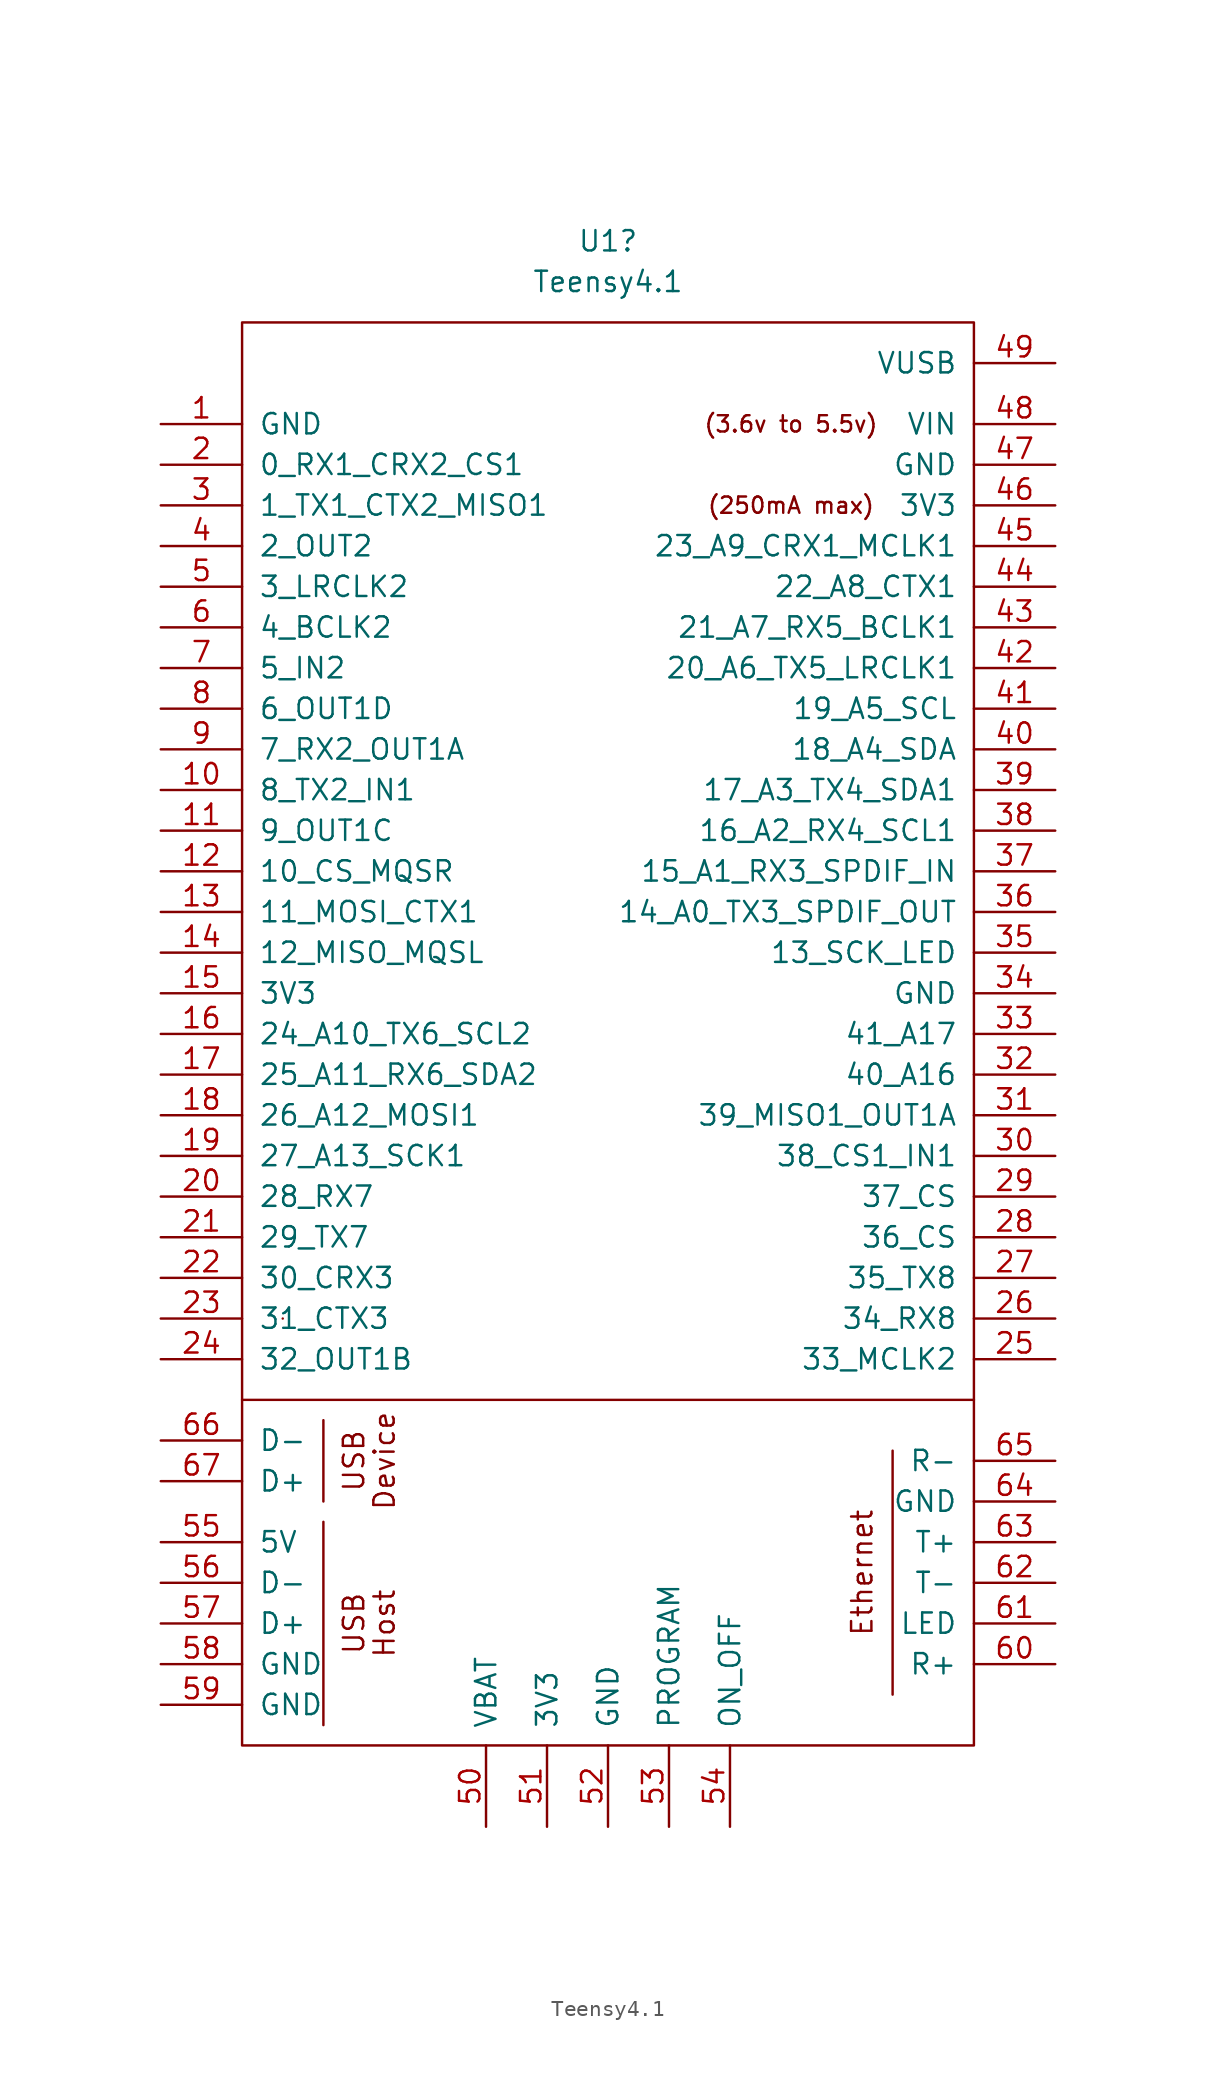
<source format=kicad_sym>
(kicad_symbol_lib
  (version 20241209)
  (generator "kicad_symbol_editor")
  (generator_version "9.0")
  (symbol "Teensy4.1"
    (pin_names
      (offset 1.016))
    (property "Reference" "U1"
      (at 0 66.04 0)
      (effects (font (size 1.27 1.27))))
    (property "Value" "Teensy4.1"
      (at 0 63.5 0)
      (effects (font (size 1.27 1.27))))
    (symbol "Teensy4.1_0_0"
      (polyline (pts (xy -22.86 -6.35) (xy 22.86 -6.35)) (stroke (width 0) (type solid)) (fill (type none)))
      (polyline (pts (xy -17.78 -7.62) (xy -17.78 -12.7)) (stroke (width 0) (type solid)) (fill (type none)))
      (polyline (pts (xy -17.78 -26.67) (xy -17.78 -13.97)) (stroke (width 0) (type solid)) (fill (type none)))
      (polyline (pts (xy 17.78 -9.525) (xy 17.78 -24.765)) (stroke (width 0) (type solid)) (fill (type none)))
      (text "USB" (at -15.875 -10.16 900) (effects (font (size 1.27 1.27))))
      (text "USB" (at -15.875 -20.32 900) (effects (font (size 1.27 1.27))))
      (text "Device" (at -13.97 -10.16 900) (effects (font (size 1.27 1.27))))
      (text "Host" (at -13.97 -20.32 900) (effects (font (size 1.27 1.27))))
      (text "(3.6v to 5.5v)" (at 11.43 54.61 0) (effects (font (size 1.016 1.016))))
      (text "(250mA max)" (at 11.43 49.53 0) (effects (font (size 1.016 1.016))))
      (text "Ethernet" (at 15.875 -17.145 900) (effects (font (size 1.27 1.27))))
      (pin bidirectional line (at -27.94 44.45 0) (length 5.08) (name "3_LRCLK2" (effects (font (size 1.27 1.27)))) (number "5" (effects (font (size 1.27 1.27)))))
      (pin bidirectional line (at -27.94 41.91 0) (length 5.08) (name "4_BCLK2" (effects (font (size 1.27 1.27)))) (number "6" (effects (font (size 1.27 1.27)))))
      (pin bidirectional line (at -27.94 39.37 0) (length 5.08) (name "5_IN2" (effects (font (size 1.27 1.27)))) (number "7" (effects (font (size 1.27 1.27)))))
      (pin bidirectional line (at -27.94 36.83 0) (length 5.08) (name "6_OUT1D" (effects (font (size 1.27 1.27)))) (number "8" (effects (font (size 1.27 1.27)))))
      (pin bidirectional line (at -27.94 34.29 0) (length 5.08) (name "7_RX2_OUT1A" (effects (font (size 1.27 1.27)))) (number "9" (effects (font (size 1.27 1.27)))))
      (pin bidirectional line (at -27.94 31.75 0) (length 5.08) (name "8_TX2_IN1" (effects (font (size 1.27 1.27)))) (number "10" (effects (font (size 1.27 1.27)))))
      (pin bidirectional line (at -27.94 29.21 0) (length 5.08) (name "9_OUT1C" (effects (font (size 1.27 1.27)))) (number "11" (effects (font (size 1.27 1.27)))))
      (pin bidirectional line (at -27.94 26.67 0) (length 5.08) (name "10_CS_MQSR" (effects (font (size 1.27 1.27)))) (number "12" (effects (font (size 1.27 1.27)))))
      (pin bidirectional line (at -27.94 24.13 0) (length 5.08) (name "11_MOSI_CTX1" (effects (font (size 1.27 1.27)))) (number "13" (effects (font (size 1.27 1.27)))))
      (pin bidirectional line (at -27.94 21.59 0) (length 5.08) (name "12_MISO_MQSL" (effects (font (size 1.27 1.27)))) (number "14" (effects (font (size 1.27 1.27)))))
      (pin bidirectional line (at -27.94 16.51 0) (length 5.08) (name "24_A10_TX6_SCL2" (effects (font (size 1.27 1.27)))) (number "16" (effects (font (size 1.27 1.27)))))
      (pin bidirectional line (at -27.94 13.97 0) (length 5.08) (name "25_A11_RX6_SDA2" (effects (font (size 1.27 1.27)))) (number "17" (effects (font (size 1.27 1.27)))))
      (pin bidirectional line (at -27.94 11.43 0) (length 5.08) (name "26_A12_MOSI1" (effects (font (size 1.27 1.27)))) (number "18" (effects (font (size 1.27 1.27)))))
      (pin bidirectional line (at -27.94 8.89 0) (length 5.08) (name "27_A13_SCK1" (effects (font (size 1.27 1.27)))) (number "19" (effects (font (size 1.27 1.27)))))
      (pin bidirectional line (at -27.94 6.35 0) (length 5.08) (name "28_RX7" (effects (font (size 1.27 1.27)))) (number "20" (effects (font (size 1.27 1.27)))))
      (pin bidirectional line (at -27.94 3.81 0) (length 5.08) (name "29_TX7" (effects (font (size 1.27 1.27)))) (number "21" (effects (font (size 1.27 1.27)))))
      (pin bidirectional line (at -27.94 1.27 0) (length 5.08) (name "30_CRX3" (effects (font (size 1.27 1.27)))) (number "22" (effects (font (size 1.27 1.27)))))
      (pin bidirectional line (at -27.94 -1.27 0) (length 5.08) (name "31_CTX3" (effects (font (size 1.27 1.27)))) (number "23" (effects (font (size 1.27 1.27)))))
      (pin bidirectional line (at -27.94 -3.81 0) (length 5.08) (name "32_OUT1B" (effects (font (size 1.27 1.27)))) (number "24" (effects (font (size 1.27 1.27)))))
      (pin bidirectional line (at -27.94 -8.89 0) (length 5.08) (name "D-" (effects (font (size 1.27 1.27)))) (number "66" (effects (font (size 1.27 1.27)))))
      (pin bidirectional line (at -27.94 -11.43 0) (length 5.08) (name "D+" (effects (font (size 1.27 1.27)))) (number "67" (effects (font (size 1.27 1.27)))))
      (pin power_in line (at -27.94 -15.24 0) (length 5.08) (name "5V" (effects (font (size 1.27 1.27)))) (number "55" (effects (font (size 1.27 1.27)))))
      (pin bidirectional line (at -27.94 -17.78 0) (length 5.08) (name "D-" (effects (font (size 1.27 1.27)))) (number "56" (effects (font (size 1.27 1.27)))))
      (pin bidirectional line (at -27.94 -20.32 0) (length 5.08) (name "D+" (effects (font (size 1.27 1.27)))) (number "57" (effects (font (size 1.27 1.27)))))
      (pin input line (at 3.81 -33.02 90) (length 5.08) (name "PROGRAM" (effects (font (size 1.27 1.27)))) (number "53" (effects (font (size 1.27 1.27)))))
      (pin input line (at 7.62 -33.02 90) (length 5.08) (name "ON_OFF" (effects (font (size 1.27 1.27)))) (number "54" (effects (font (size 1.27 1.27)))))
      (pin power_in line (at 27.94 52.07 180) (length 5.08) (name "GND" (effects (font (size 1.27 1.27)))) (number "47" (effects (font (size 1.27 1.27)))))
      (pin bidirectional line (at 27.94 46.99 180) (length 5.08) (name "23_A9_CRX1_MCLK1" (effects (font (size 1.27 1.27)))) (number "45" (effects (font (size 1.27 1.27)))))
      (pin bidirectional line (at 27.94 44.45 180) (length 5.08) (name "22_A8_CTX1" (effects (font (size 1.27 1.27)))) (number "44" (effects (font (size 1.27 1.27)))))
      (pin bidirectional line (at 27.94 41.91 180) (length 5.08) (name "21_A7_RX5_BCLK1" (effects (font (size 1.27 1.27)))) (number "43" (effects (font (size 1.27 1.27)))))
      (pin bidirectional line (at 27.94 39.37 180) (length 5.08) (name "20_A6_TX5_LRCLK1" (effects (font (size 1.27 1.27)))) (number "42" (effects (font (size 1.27 1.27)))))
      (pin bidirectional line (at 27.94 36.83 180) (length 5.08) (name "19_A5_SCL" (effects (font (size 1.27 1.27)))) (number "41" (effects (font (size 1.27 1.27)))))
      (pin bidirectional line (at 27.94 34.29 180) (length 5.08) (name "18_A4_SDA" (effects (font (size 1.27 1.27)))) (number "40" (effects (font (size 1.27 1.27)))))
      (pin bidirectional line (at 27.94 31.75 180) (length 5.08) (name "17_A3_TX4_SDA1" (effects (font (size 1.27 1.27)))) (number "39" (effects (font (size 1.27 1.27)))))
      (pin bidirectional line (at 27.94 29.21 180) (length 5.08) (name "16_A2_RX4_SCL1" (effects (font (size 1.27 1.27)))) (number "38" (effects (font (size 1.27 1.27)))))
      (pin bidirectional line (at 27.94 26.67 180) (length 5.08) (name "15_A1_RX3_SPDIF_IN" (effects (font (size 1.27 1.27)))) (number "37" (effects (font (size 1.27 1.27)))))
      (pin bidirectional line (at 27.94 24.13 180) (length 5.08) (name "14_A0_TX3_SPDIF_OUT" (effects (font (size 1.27 1.27)))) (number "36" (effects (font (size 1.27 1.27)))))
      (pin bidirectional line (at 27.94 21.59 180) (length 5.08) (name "13_SCK_LED" (effects (font (size 1.27 1.27)))) (number "35" (effects (font (size 1.27 1.27)))))
      (pin bidirectional line (at 27.94 16.51 180) (length 5.08) (name "41_A17" (effects (font (size 1.27 1.27)))) (number "33" (effects (font (size 1.27 1.27)))))
      (pin bidirectional line (at 27.94 13.97 180) (length 5.08) (name "40_A16" (effects (font (size 1.27 1.27)))) (number "32" (effects (font (size 1.27 1.27)))))
      (pin bidirectional line (at 27.94 11.43 180) (length 5.08) (name "39_MISO1_OUT1A" (effects (font (size 1.27 1.27)))) (number "31" (effects (font (size 1.27 1.27)))))
      (pin bidirectional line (at 27.94 8.89 180) (length 5.08) (name "38_CS1_IN1" (effects (font (size 1.27 1.27)))) (number "30" (effects (font (size 1.27 1.27)))))
      (pin bidirectional line (at 27.94 6.35 180) (length 5.08) (name "37_CS" (effects (font (size 1.27 1.27)))) (number "29" (effects (font (size 1.27 1.27)))))
      (pin bidirectional line (at 27.94 3.81 180) (length 5.08) (name "36_CS" (effects (font (size 1.27 1.27)))) (number "28" (effects (font (size 1.27 1.27)))))
      (pin bidirectional line (at 27.94 1.27 180) (length 5.08) (name "35_TX8" (effects (font (size 1.27 1.27)))) (number "27" (effects (font (size 1.27 1.27)))))
      (pin bidirectional line (at 27.94 -1.27 180) (length 5.08) (name "34_RX8" (effects (font (size 1.27 1.27)))) (number "26" (effects (font (size 1.27 1.27)))))
      (pin bidirectional line (at 27.94 -3.81 180) (length 5.08) (name "33_MCLK2" (effects (font (size 1.27 1.27)))) (number "25" (effects (font (size 1.27 1.27)))))
      (pin input line (at 27.94 -10.16 180) (length 5.08) (name "R-" (effects (font (size 1.27 1.27)))) (number "65" (effects (font (size 1.27 1.27)))))
      (pin output line (at 27.94 -15.24 180) (length 5.08) (name "T+" (effects (font (size 1.27 1.27)))) (number "63" (effects (font (size 1.27 1.27)))))
      (pin output line (at 27.94 -17.78 180) (length 5.08) (name "T-" (effects (font (size 1.27 1.27)))) (number "62" (effects (font (size 1.27 1.27)))))
      (pin output line (at 27.94 -20.32 180) (length 5.08) (name "LED" (effects (font (size 1.27 1.27)))) (number "61" (effects (font (size 1.27 1.27)))))
      (pin input line (at 27.94 -22.86 180) (length 5.08) (name "R+" (effects (font (size 1.27 1.27)))) (number "60" (effects (font (size 1.27 1.27))))))
    (symbol "Teensy4.1_0_1"
      (rectangle (start -22.86 60.96) (end 22.86 -27.94) (stroke (width 0) (type solid)) (fill (type none)))
      (rectangle (start -20.32 -1.27) (end -20.32 -1.27) (stroke (width 0) (type solid)) (fill (type none))))
    (symbol "Teensy4.1_1_0"
      (pin power_out line (at -27.94 19.05 0) (length 5.08) (name "3V3" (effects (font (size 1.27 1.27)))) (number "15" (effects (font (size 1.27 1.27)))))
      (pin power_in line (at -27.94 -22.86 0) (length 5.08) (name "GND" (effects (font (size 1.27 1.27)))) (number "58" (effects (font (size 1.27 1.27)))))
      (pin power_in line (at -27.94 -25.4 0) (length 5.08) (name "GND" (effects (font (size 1.27 1.27)))) (number "59" (effects (font (size 1.27 1.27)))))
      (pin power_in line (at -7.62 -33.02 90) (length 5.08) (name "VBAT" (effects (font (size 1.27 1.27)))) (number "50" (effects (font (size 1.27 1.27)))))
      (pin power_out line (at -3.81 -33.02 90) (length 5.08) (name "3V3" (effects (font (size 1.27 1.27)))) (number "51" (effects (font (size 1.27 1.27)))))
      (pin power_in line (at 0 -33.02 90) (length 5.08) (name "GND" (effects (font (size 1.27 1.27)))) (number "52" (effects (font (size 1.27 1.27)))))
      (pin power_in line (at 27.94 58.42 180) (length 5.08) (name "VUSB" (effects (font (size 1.27 1.27)))) (number "49" (effects (font (size 1.27 1.27)))))
      (pin power_in line (at 27.94 54.61 180) (length 5.08) (name "VIN" (effects (font (size 1.27 1.27)))) (number "48" (effects (font (size 1.27 1.27)))))
      (pin power_out line (at 27.94 49.53 180) (length 5.08) (name "3V3" (effects (font (size 1.27 1.27)))) (number "46" (effects (font (size 1.27 1.27)))))
      (pin power_in line (at 27.94 -12.7 180) (length 5.08) (name "GND" (effects (font (size 1.27 1.27)))) (number "64" (effects (font (size 1.27 1.27))))))
    (symbol "Teensy4.1_1_1"
      (pin power_in line (at -27.94 54.61 0) (length 5.08) (name "GND" (effects (font (size 1.27 1.27)))) (number "1" (effects (font (size 1.27 1.27)))))
      (pin bidirectional line (at -27.94 52.07 0) (length 5.08) (name "0_RX1_CRX2_CS1" (effects (font (size 1.27 1.27)))) (number "2" (effects (font (size 1.27 1.27)))))
      (pin bidirectional line (at -27.94 49.53 0) (length 5.08) (name "1_TX1_CTX2_MISO1" (effects (font (size 1.27 1.27)))) (number "3" (effects (font (size 1.27 1.27)))))
      (pin bidirectional line (at -27.94 46.99 0) (length 5.08) (name "2_OUT2" (effects (font (size 1.27 1.27)))) (number "4" (effects (font (size 1.27 1.27)))))
      (pin power_in line (at 27.94 19.05 180) (length 5.08) (name "GND" (effects (font (size 1.27 1.27)))) (number "34" (effects (font (size 1.27 1.27))))))))
</source>
